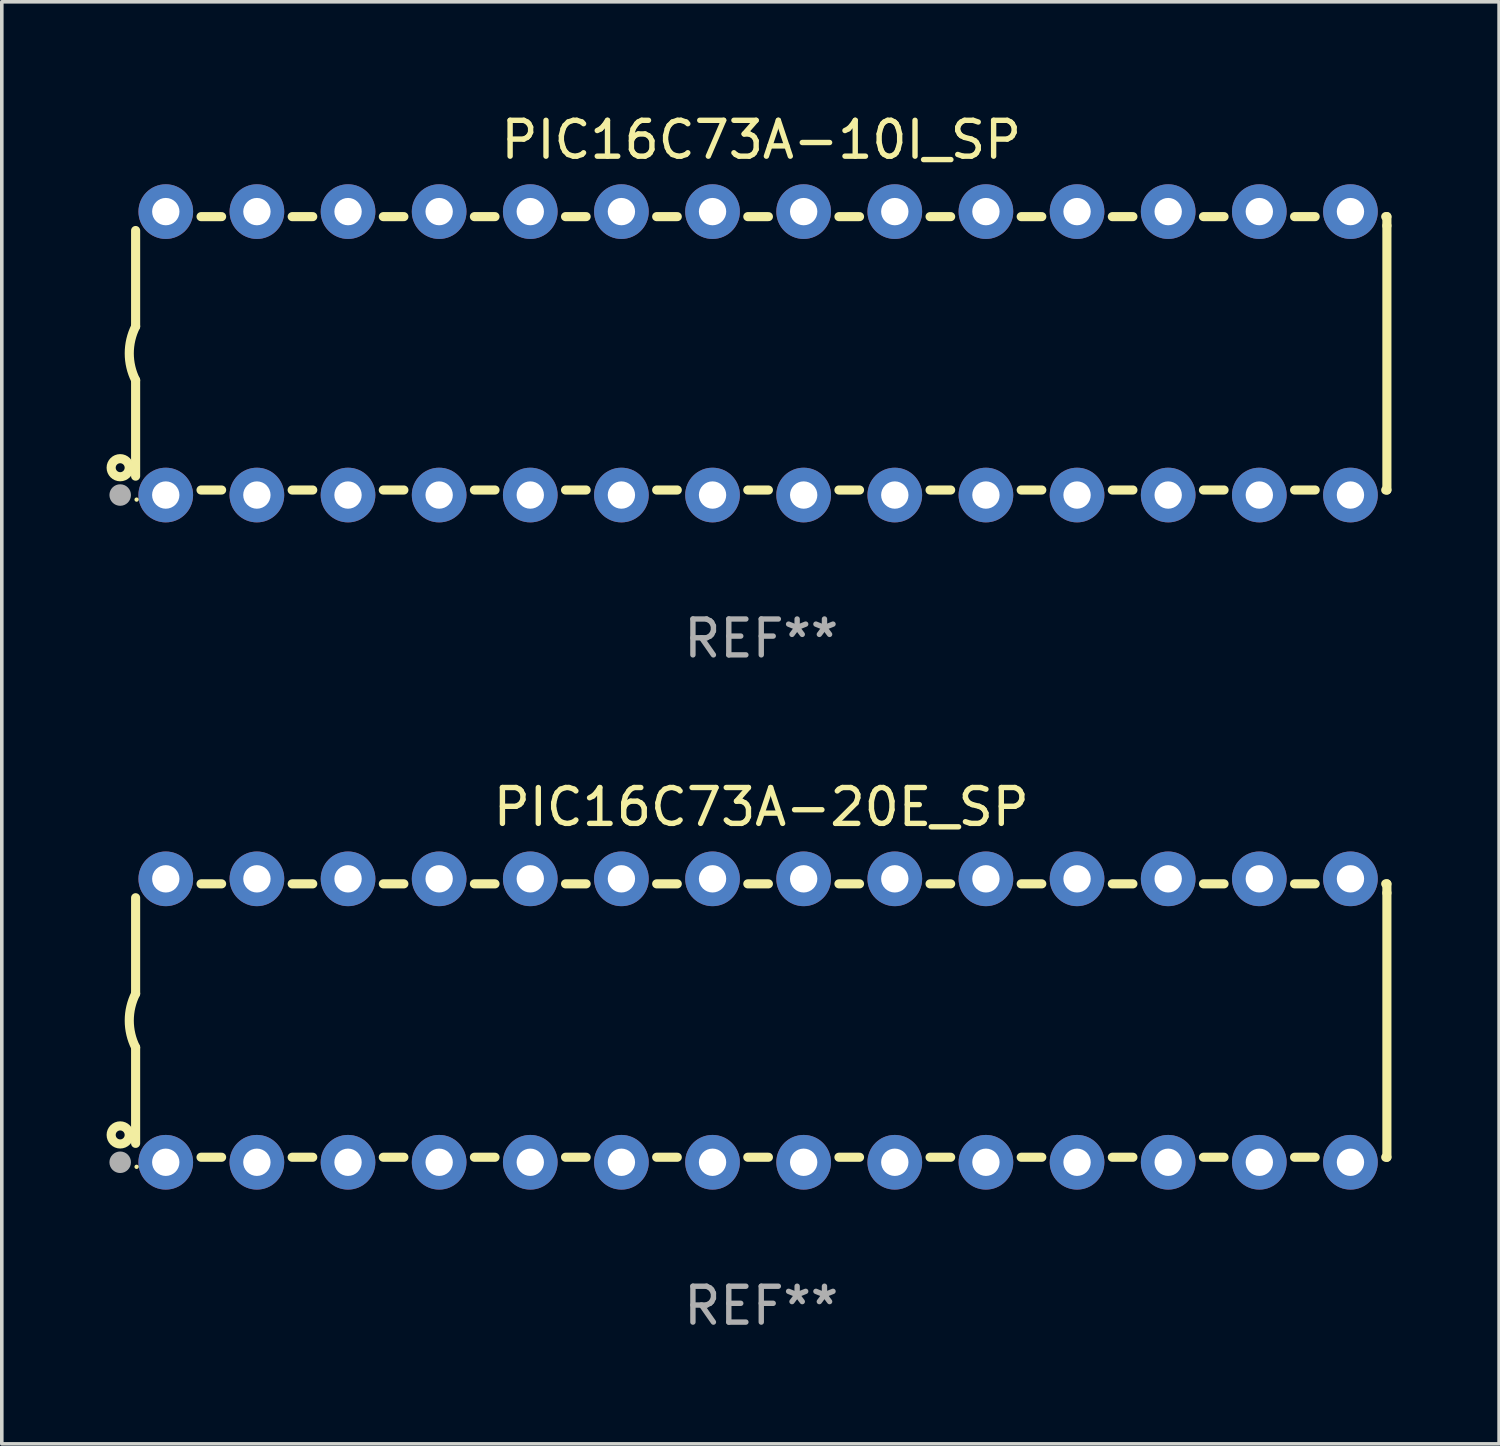
<source format=kicad_pcb>
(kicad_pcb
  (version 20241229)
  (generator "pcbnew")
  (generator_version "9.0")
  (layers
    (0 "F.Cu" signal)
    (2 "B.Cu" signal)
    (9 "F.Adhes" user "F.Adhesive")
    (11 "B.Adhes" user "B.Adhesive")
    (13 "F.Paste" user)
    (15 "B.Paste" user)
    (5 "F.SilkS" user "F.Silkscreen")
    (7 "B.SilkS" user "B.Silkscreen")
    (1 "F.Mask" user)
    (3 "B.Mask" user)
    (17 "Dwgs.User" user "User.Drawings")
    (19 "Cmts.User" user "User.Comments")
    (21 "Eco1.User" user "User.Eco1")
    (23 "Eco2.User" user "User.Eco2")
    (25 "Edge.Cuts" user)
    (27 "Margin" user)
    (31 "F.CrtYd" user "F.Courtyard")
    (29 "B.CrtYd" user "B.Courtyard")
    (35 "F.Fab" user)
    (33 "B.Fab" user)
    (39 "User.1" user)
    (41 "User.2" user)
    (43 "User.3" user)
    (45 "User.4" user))
  (footprint "PIC16C73A-10I_SP"
    (layer "F.Cu")
    (at 18.168 6.798)
    (property "Reference" "PIC16C73A-10I_SP" (at 0 -5.95 0) (layer "F.SilkS") (effects (font (size 1 1) (thickness 0.15))))
    (attr through_hole)
    (fp_line (start -17.438 0.75) (end -17.438 3.423) (stroke (width 0.254) (type solid)) (layer "F.SilkS"))
    (fp_line (start -17.438 -3.423) (end -17.438 -0.75) (stroke (width 0.254) (type solid)) (layer "F.SilkS"))
    (fp_line (start -15.615 3.81) (end -15.041 3.81) (stroke (width 0.254) (type solid)) (layer "F.SilkS"))
    (fp_line (start -15.041 -3.81) (end -15.614 -3.81) (stroke (width 0.254) (type solid)) (layer "F.SilkS"))
    (fp_line (start -13.075 3.81) (end -12.501 3.81) (stroke (width 0.254) (type solid)) (layer "F.SilkS"))
    (fp_line (start -12.501 -3.81) (end -13.074 -3.81) (stroke (width 0.254) (type solid)) (layer "F.SilkS"))
    (fp_line (start -10.535 3.81) (end -9.961 3.81) (stroke (width 0.254) (type solid)) (layer "F.SilkS"))
    (fp_line (start -9.961 -3.81) (end -10.534 -3.81) (stroke (width 0.254) (type solid)) (layer "F.SilkS"))
    (fp_line (start -7.995 3.81) (end -7.421 3.81) (stroke (width 0.254) (type solid)) (layer "F.SilkS"))
    (fp_line (start -7.421 -3.81) (end -7.995 -3.81) (stroke (width 0.254) (type solid)) (layer "F.SilkS"))
    (fp_line (start -5.455 3.81) (end -4.881 3.81) (stroke (width 0.254) (type solid)) (layer "F.SilkS"))
    (fp_line (start -4.881 -3.81) (end -5.455 -3.81) (stroke (width 0.254) (type solid)) (layer "F.SilkS"))
    (fp_line (start -2.915 3.81) (end -2.341 3.81) (stroke (width 0.254) (type solid)) (layer "F.SilkS"))
    (fp_line (start -2.341 -3.81) (end -2.915 -3.81) (stroke (width 0.254) (type solid)) (layer "F.SilkS"))
    (fp_line (start -0.375 3.81) (end 0.199 3.81) (stroke (width 0.254) (type solid)) (layer "F.SilkS"))
    (fp_line (start 0.199 -3.81) (end -0.375 -3.81) (stroke (width 0.254) (type solid)) (layer "F.SilkS"))
    (fp_line (start 2.165 3.81) (end 2.739 3.81) (stroke (width 0.254) (type solid)) (layer "F.SilkS"))
    (fp_line (start 2.739 -3.81) (end 2.165 -3.81) (stroke (width 0.254) (type solid)) (layer "F.SilkS"))
    (fp_line (start 4.705 3.81) (end 5.279 3.81) (stroke (width 0.254) (type solid)) (layer "F.SilkS"))
    (fp_line (start 5.279 -3.81) (end 4.705 -3.81) (stroke (width 0.254) (type solid)) (layer "F.SilkS"))
    (fp_line (start 7.245 3.81) (end 7.819 3.81) (stroke (width 0.254) (type solid)) (layer "F.SilkS"))
    (fp_line (start 7.819 -3.81) (end 7.245 -3.81) (stroke (width 0.254) (type solid)) (layer "F.SilkS"))
    (fp_line (start 9.785 3.81) (end 10.359 3.81) (stroke (width 0.254) (type solid)) (layer "F.SilkS"))
    (fp_line (start 10.359 -3.81) (end 9.785 -3.81) (stroke (width 0.254) (type solid)) (layer "F.SilkS"))
    (fp_line (start 12.325 3.81) (end 12.899 3.81) (stroke (width 0.254) (type solid)) (layer "F.SilkS"))
    (fp_line (start 12.899 -3.81) (end 12.325 -3.81) (stroke (width 0.254) (type solid)) (layer "F.SilkS"))
    (fp_line (start 14.865 3.81) (end 15.439 3.81) (stroke (width 0.254) (type solid)) (layer "F.SilkS"))
    (fp_line (start 15.439 -3.81) (end 14.865 -3.81) (stroke (width 0.254) (type solid)) (layer "F.SilkS"))
    (fp_line (start 17.405 3.81) (end 17.438 3.81) (stroke (width 0.254) (type solid)) (layer "F.SilkS"))
    (fp_line (start 17.438 -3.81) (end 17.405 -3.81) (stroke (width 0.254) (type solid)) (layer "F.SilkS"))
    (fp_line (start 17.438 -3.556) (end 17.438 -3.81) (stroke (width 0.254) (type solid)) (layer "F.SilkS"))
    (fp_line (start 17.438 3.81) (end 17.438 -3.556) (stroke (width 0.254) (type solid)) (layer "F.SilkS"))
    (fp_arc (start -17.437986 0.749657) (mid -17.614887 -0.000024) (end -17.437783 -0.749657) (stroke (width 0.254001) (type solid)) (layer "F.SilkS"))
    (fp_circle (center -17.868 3.188) (end -17.743 3.188) (stroke (width 0.254) (type solid)) (fill no) (layer "F.SilkS"))
    (fp_circle (center -17.411 4.077) (end -17.381 4.077) (stroke (width 0.06) (type solid)) (fill no) (layer "F.SilkS"))
    (fp_circle (center -17.868 3.95) (end -17.718 3.95) (stroke (width 0.3) (type solid)) (fill no) (layer "F.Fab"))
    (fp_text user "REF**" (at 0 7.95 0) (layer "F.Fab") (effects (font (size 1 1) (thickness 0.15))))
    (pad "1" thru_hole circle (at -16.598 3.95) (size 1.524 1.524) (drill 0.762) (layers "*.Cu" "*.Mask"))
    (pad "2" thru_hole circle (at -14.058 3.95) (size 1.524 1.524) (drill 0.762) (layers "*.Cu" "*.Mask"))
    (pad "3" thru_hole circle (at -11.518 3.95) (size 1.524 1.524) (drill 0.762) (layers "*.Cu" "*.Mask"))
    (pad "4" thru_hole circle (at -8.978 3.95) (size 1.524 1.524) (drill 0.762) (layers "*.Cu" "*.Mask"))
    (pad "5" thru_hole circle (at -6.438 3.95) (size 1.524 1.524) (drill 0.762) (layers "*.Cu" "*.Mask"))
    (pad "6" thru_hole circle (at -3.898 3.95) (size 1.524 1.524) (drill 0.762) (layers "*.Cu" "*.Mask"))
    (pad "7" thru_hole circle (at -1.358 3.95) (size 1.524 1.524) (drill 0.762) (layers "*.Cu" "*.Mask"))
    (pad "8" thru_hole circle (at 1.182 3.95) (size 1.524 1.524) (drill 0.762) (layers "*.Cu" "*.Mask"))
    (pad "9" thru_hole circle (at 3.722 3.95) (size 1.524 1.524) (drill 0.762) (layers "*.Cu" "*.Mask"))
    (pad "10" thru_hole circle (at 6.262 3.95) (size 1.524 1.524) (drill 0.762) (layers "*.Cu" "*.Mask"))
    (pad "11" thru_hole circle (at 8.802 3.95) (size 1.524 1.524) (drill 0.762) (layers "*.Cu" "*.Mask"))
    (pad "12" thru_hole circle (at 11.342 3.95) (size 1.524 1.524) (drill 0.762) (layers "*.Cu" "*.Mask"))
    (pad "13" thru_hole circle (at 13.882 3.95) (size 1.524 1.524) (drill 0.762) (layers "*.Cu" "*.Mask"))
    (pad "14" thru_hole circle (at 16.422 3.95) (size 1.524 1.524) (drill 0.762) (layers "*.Cu" "*.Mask"))
    (pad "15" thru_hole circle (at 16.422 -3.95) (size 1.524 1.524) (drill 0.762) (layers "*.Cu" "*.Mask"))
    (pad "16" thru_hole circle (at 13.882 -3.95) (size 1.524 1.524) (drill 0.762) (layers "*.Cu" "*.Mask"))
    (pad "17" thru_hole circle (at 11.342 -3.95) (size 1.524 1.524) (drill 0.762) (layers "*.Cu" "*.Mask"))
    (pad "18" thru_hole circle (at 8.802 -3.95) (size 1.524 1.524) (drill 0.762) (layers "*.Cu" "*.Mask"))
    (pad "19" thru_hole circle (at 6.262 -3.95) (size 1.524 1.524) (drill 0.762) (layers "*.Cu" "*.Mask"))
    (pad "20" thru_hole circle (at 3.722 -3.95) (size 1.524 1.524) (drill 0.762) (layers "*.Cu" "*.Mask"))
    (pad "21" thru_hole circle (at 1.182 -3.95) (size 1.524 1.524) (drill 0.762) (layers "*.Cu" "*.Mask"))
    (pad "22" thru_hole circle (at -1.358 -3.95) (size 1.524 1.524) (drill 0.762) (layers "*.Cu" "*.Mask"))
    (pad "23" thru_hole circle (at -3.898 -3.95) (size 1.524 1.524) (drill 0.762) (layers "*.Cu" "*.Mask"))
    (pad "24" thru_hole circle (at -6.438 -3.95) (size 1.524 1.524) (drill 0.762) (layers "*.Cu" "*.Mask"))
    (pad "25" thru_hole circle (at -8.978 -3.95) (size 1.524 1.524) (drill 0.762) (layers "*.Cu" "*.Mask"))
    (pad "26" thru_hole circle (at -11.517 -3.95) (size 1.524 1.524) (drill 0.762) (layers "*.Cu" "*.Mask"))
    (pad "27" thru_hole circle (at -14.057 -3.95) (size 1.524 1.524) (drill 0.762) (layers "*.Cu" "*.Mask"))
    (pad "28" thru_hole circle (at -16.597 -3.95) (size 1.524 1.524) (drill 0.762) (layers "*.Cu" "*.Mask")))
  (footprint "PIC16C73A-20E_SP"
    (layer "F.Cu")
    (at 18.168 25.395)
    (property "Reference" "PIC16C73A-20E_SP" (at 0 -5.95 0) (layer "F.SilkS") (effects (font (size 1 1) (thickness 0.15))))
    (attr through_hole)
    (fp_line (start -17.438 0.75) (end -17.438 3.423) (stroke (width 0.254) (type solid)) (layer "F.SilkS"))
    (fp_line (start -17.438 -3.423) (end -17.438 -0.75) (stroke (width 0.254) (type solid)) (layer "F.SilkS"))
    (fp_line (start -15.615 3.81) (end -15.041 3.81) (stroke (width 0.254) (type solid)) (layer "F.SilkS"))
    (fp_line (start -15.041 -3.81) (end -15.614 -3.81) (stroke (width 0.254) (type solid)) (layer "F.SilkS"))
    (fp_line (start -13.075 3.81) (end -12.501 3.81) (stroke (width 0.254) (type solid)) (layer "F.SilkS"))
    (fp_line (start -12.501 -3.81) (end -13.074 -3.81) (stroke (width 0.254) (type solid)) (layer "F.SilkS"))
    (fp_line (start -10.535 3.81) (end -9.961 3.81) (stroke (width 0.254) (type solid)) (layer "F.SilkS"))
    (fp_line (start -9.961 -3.81) (end -10.534 -3.81) (stroke (width 0.254) (type solid)) (layer "F.SilkS"))
    (fp_line (start -7.995 3.81) (end -7.421 3.81) (stroke (width 0.254) (type solid)) (layer "F.SilkS"))
    (fp_line (start -7.421 -3.81) (end -7.995 -3.81) (stroke (width 0.254) (type solid)) (layer "F.SilkS"))
    (fp_line (start -5.455 3.81) (end -4.881 3.81) (stroke (width 0.254) (type solid)) (layer "F.SilkS"))
    (fp_line (start -4.881 -3.81) (end -5.455 -3.81) (stroke (width 0.254) (type solid)) (layer "F.SilkS"))
    (fp_line (start -2.915 3.81) (end -2.341 3.81) (stroke (width 0.254) (type solid)) (layer "F.SilkS"))
    (fp_line (start -2.341 -3.81) (end -2.915 -3.81) (stroke (width 0.254) (type solid)) (layer "F.SilkS"))
    (fp_line (start -0.375 3.81) (end 0.199 3.81) (stroke (width 0.254) (type solid)) (layer "F.SilkS"))
    (fp_line (start 0.199 -3.81) (end -0.375 -3.81) (stroke (width 0.254) (type solid)) (layer "F.SilkS"))
    (fp_line (start 2.165 3.81) (end 2.739 3.81) (stroke (width 0.254) (type solid)) (layer "F.SilkS"))
    (fp_line (start 2.739 -3.81) (end 2.165 -3.81) (stroke (width 0.254) (type solid)) (layer "F.SilkS"))
    (fp_line (start 4.705 3.81) (end 5.279 3.81) (stroke (width 0.254) (type solid)) (layer "F.SilkS"))
    (fp_line (start 5.279 -3.81) (end 4.705 -3.81) (stroke (width 0.254) (type solid)) (layer "F.SilkS"))
    (fp_line (start 7.245 3.81) (end 7.819 3.81) (stroke (width 0.254) (type solid)) (layer "F.SilkS"))
    (fp_line (start 7.819 -3.81) (end 7.245 -3.81) (stroke (width 0.254) (type solid)) (layer "F.SilkS"))
    (fp_line (start 9.785 3.81) (end 10.359 3.81) (stroke (width 0.254) (type solid)) (layer "F.SilkS"))
    (fp_line (start 10.359 -3.81) (end 9.785 -3.81) (stroke (width 0.254) (type solid)) (layer "F.SilkS"))
    (fp_line (start 12.325 3.81) (end 12.899 3.81) (stroke (width 0.254) (type solid)) (layer "F.SilkS"))
    (fp_line (start 12.899 -3.81) (end 12.325 -3.81) (stroke (width 0.254) (type solid)) (layer "F.SilkS"))
    (fp_line (start 14.865 3.81) (end 15.439 3.81) (stroke (width 0.254) (type solid)) (layer "F.SilkS"))
    (fp_line (start 15.439 -3.81) (end 14.865 -3.81) (stroke (width 0.254) (type solid)) (layer "F.SilkS"))
    (fp_line (start 17.405 3.81) (end 17.438 3.81) (stroke (width 0.254) (type solid)) (layer "F.SilkS"))
    (fp_line (start 17.438 -3.81) (end 17.405 -3.81) (stroke (width 0.254) (type solid)) (layer "F.SilkS"))
    (fp_line (start 17.438 -3.556) (end 17.438 -3.81) (stroke (width 0.254) (type solid)) (layer "F.SilkS"))
    (fp_line (start 17.438 3.81) (end 17.438 -3.556) (stroke (width 0.254) (type solid)) (layer "F.SilkS"))
    (fp_arc (start -17.437986 0.749657) (mid -17.614887 -0.000024) (end -17.437783 -0.749657) (stroke (width 0.254001) (type solid)) (layer "F.SilkS"))
    (fp_circle (center -17.868 3.188) (end -17.743 3.188) (stroke (width 0.254) (type solid)) (fill no) (layer "F.SilkS"))
    (fp_circle (center -17.411 4.077) (end -17.381 4.077) (stroke (width 0.06) (type solid)) (fill no) (layer "F.SilkS"))
    (fp_circle (center -17.868 3.95) (end -17.718 3.95) (stroke (width 0.3) (type solid)) (fill no) (layer "F.Fab"))
    (fp_text user "REF**" (at 0 7.95 0) (layer "F.Fab") (effects (font (size 1 1) (thickness 0.15))))
    (pad "1" thru_hole circle (at -16.598 3.95) (size 1.524 1.524) (drill 0.762) (layers "*.Cu" "*.Mask"))
    (pad "2" thru_hole circle (at -14.058 3.95) (size 1.524 1.524) (drill 0.762) (layers "*.Cu" "*.Mask"))
    (pad "3" thru_hole circle (at -11.518 3.95) (size 1.524 1.524) (drill 0.762) (layers "*.Cu" "*.Mask"))
    (pad "4" thru_hole circle (at -8.978 3.95) (size 1.524 1.524) (drill 0.762) (layers "*.Cu" "*.Mask"))
    (pad "5" thru_hole circle (at -6.438 3.95) (size 1.524 1.524) (drill 0.762) (layers "*.Cu" "*.Mask"))
    (pad "6" thru_hole circle (at -3.898 3.95) (size 1.524 1.524) (drill 0.762) (layers "*.Cu" "*.Mask"))
    (pad "7" thru_hole circle (at -1.358 3.95) (size 1.524 1.524) (drill 0.762) (layers "*.Cu" "*.Mask"))
    (pad "8" thru_hole circle (at 1.182 3.95) (size 1.524 1.524) (drill 0.762) (layers "*.Cu" "*.Mask"))
    (pad "9" thru_hole circle (at 3.722 3.95) (size 1.524 1.524) (drill 0.762) (layers "*.Cu" "*.Mask"))
    (pad "10" thru_hole circle (at 6.262 3.95) (size 1.524 1.524) (drill 0.762) (layers "*.Cu" "*.Mask"))
    (pad "11" thru_hole circle (at 8.802 3.95) (size 1.524 1.524) (drill 0.762) (layers "*.Cu" "*.Mask"))
    (pad "12" thru_hole circle (at 11.342 3.95) (size 1.524 1.524) (drill 0.762) (layers "*.Cu" "*.Mask"))
    (pad "13" thru_hole circle (at 13.882 3.95) (size 1.524 1.524) (drill 0.762) (layers "*.Cu" "*.Mask"))
    (pad "14" thru_hole circle (at 16.422 3.95) (size 1.524 1.524) (drill 0.762) (layers "*.Cu" "*.Mask"))
    (pad "15" thru_hole circle (at 16.422 -3.95) (size 1.524 1.524) (drill 0.762) (layers "*.Cu" "*.Mask"))
    (pad "16" thru_hole circle (at 13.882 -3.95) (size 1.524 1.524) (drill 0.762) (layers "*.Cu" "*.Mask"))
    (pad "17" thru_hole circle (at 11.342 -3.95) (size 1.524 1.524) (drill 0.762) (layers "*.Cu" "*.Mask"))
    (pad "18" thru_hole circle (at 8.802 -3.95) (size 1.524 1.524) (drill 0.762) (layers "*.Cu" "*.Mask"))
    (pad "19" thru_hole circle (at 6.262 -3.95) (size 1.524 1.524) (drill 0.762) (layers "*.Cu" "*.Mask"))
    (pad "20" thru_hole circle (at 3.722 -3.95) (size 1.524 1.524) (drill 0.762) (layers "*.Cu" "*.Mask"))
    (pad "21" thru_hole circle (at 1.182 -3.95) (size 1.524 1.524) (drill 0.762) (layers "*.Cu" "*.Mask"))
    (pad "22" thru_hole circle (at -1.358 -3.95) (size 1.524 1.524) (drill 0.762) (layers "*.Cu" "*.Mask"))
    (pad "23" thru_hole circle (at -3.898 -3.95) (size 1.524 1.524) (drill 0.762) (layers "*.Cu" "*.Mask"))
    (pad "24" thru_hole circle (at -6.438 -3.95) (size 1.524 1.524) (drill 0.762) (layers "*.Cu" "*.Mask"))
    (pad "25" thru_hole circle (at -8.978 -3.95) (size 1.524 1.524) (drill 0.762) (layers "*.Cu" "*.Mask"))
    (pad "26" thru_hole circle (at -11.517 -3.95) (size 1.524 1.524) (drill 0.762) (layers "*.Cu" "*.Mask"))
    (pad "27" thru_hole circle (at -14.057 -3.95) (size 1.524 1.524) (drill 0.762) (layers "*.Cu" "*.Mask"))
    (pad "28" thru_hole circle (at -16.597 -3.95) (size 1.524 1.524) (drill 0.762) (layers "*.Cu" "*.Mask")))
  (gr_rect
    (start -3 -3)
    (end 38.733 37.193)
    (stroke (width 0.1) (type default))
    (fill no)
    (layer "Edge.Cuts")))
</source>
